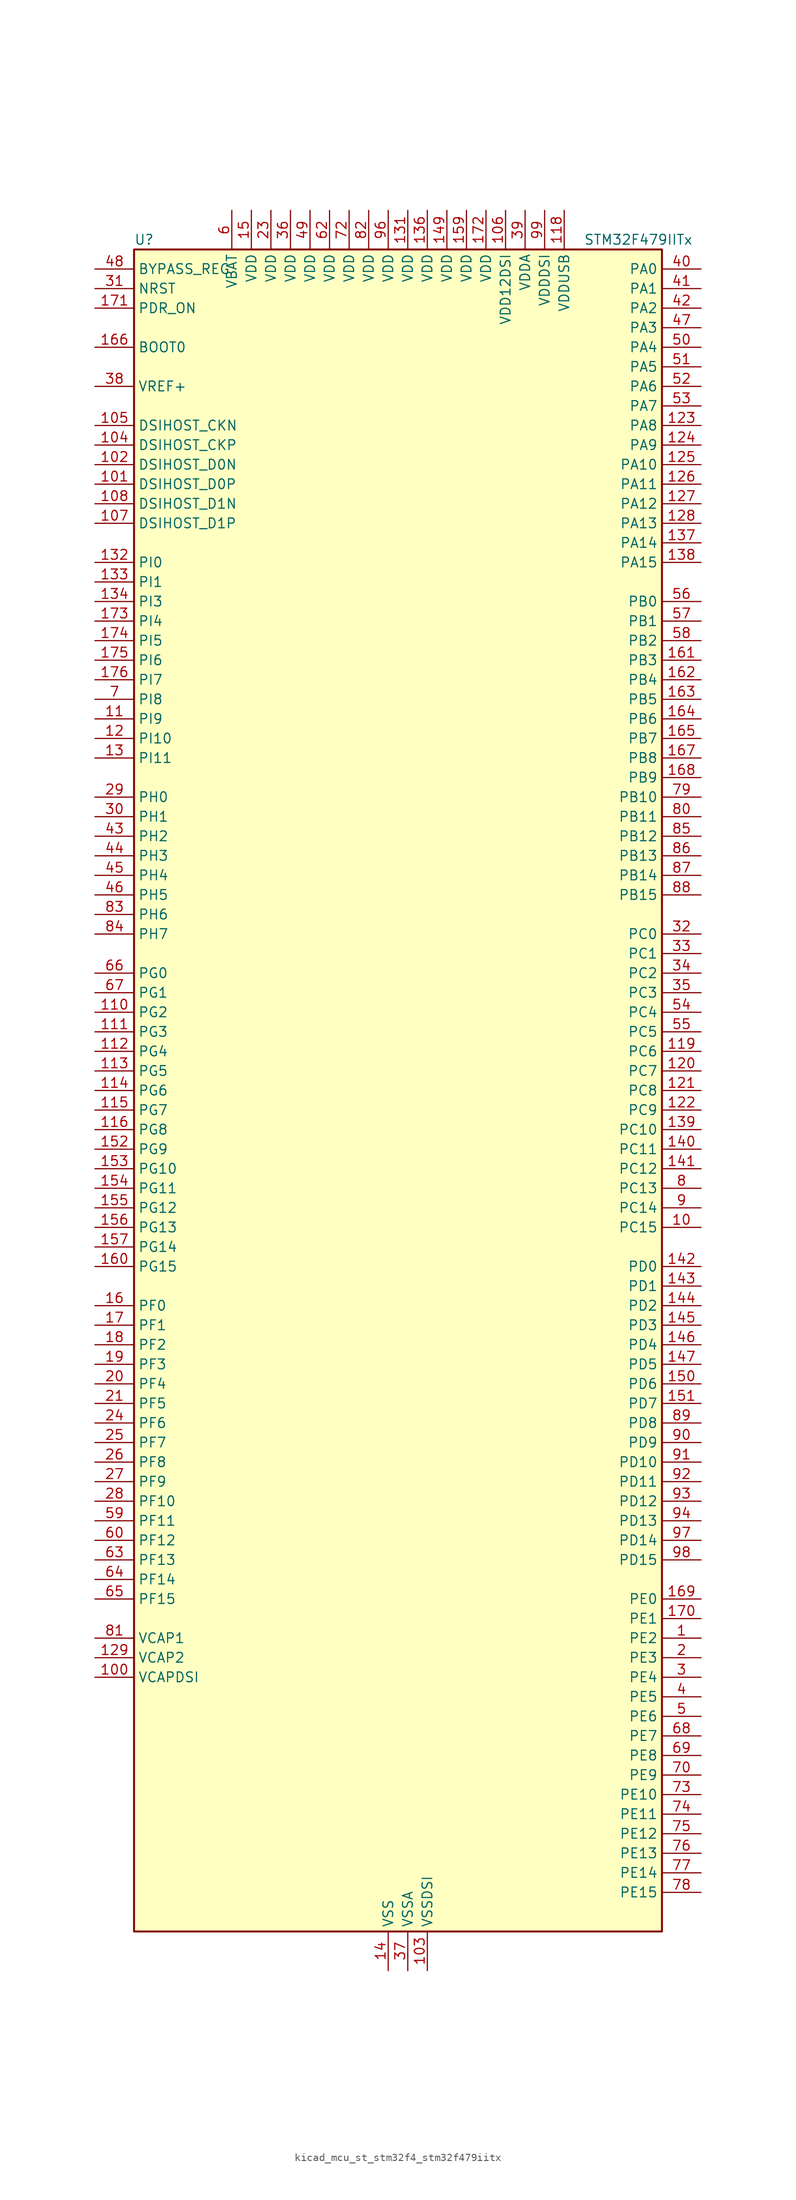
<source format=kicad_sym>
(kicad_symbol_lib
  (version 20220914)
  (generator kicad_symbol_editor)
  (symbol "kicad_mcu_st_stm32f4_stm32f479iitx"
    (property "Reference" "U"
      (at -33.02 110.49 0)
      (effects (font (size 1.27 1.27)) (justify left)))
    (property "Value" "STM32F479IITx"
      (at 25.4 110.49 0)
      (effects (font (size 1.27 1.27)) (justify left)))
    (property "ki_locked" ""
      (at 0 0 0)
      (effects (font (size 1.27 1.27))))
    (symbol "kicad_mcu_st_stm32f4_stm32f479iitx_0_1"
      (rectangle (start -33.02 -109.22) (end 35.56 109.22) (stroke (width 0.254) (type default)) (fill (type background))))
    (symbol "kicad_mcu_st_stm32f4_stm32f479iitx_1_1"
      (pin bidirectional line (at 40.64 -71.12 180) (length 5.08) (name "PE2" (effects (font (size 1.27 1.27)))) (number "1" (effects (font (size 1.27 1.27)))) (alternate "ETH_TXD3" bidirectional line) (alternate "FMC_A23" bidirectional line) (alternate "QUADSPI_BK1_IO2" bidirectional line) (alternate "SAI1_MCLK_A" bidirectional line) (alternate "SPI4_SCK" bidirectional line) (alternate "SYS_TRACECLK" bidirectional line))
      (pin bidirectional line (at 40.64 -17.78 180) (length 5.08) (name "PC15" (effects (font (size 1.27 1.27)))) (number "10" (effects (font (size 1.27 1.27)))) (alternate "ADC1_EXTI15" bidirectional line) (alternate "ADC2_EXTI15" bidirectional line) (alternate "ADC3_EXTI15" bidirectional line) (alternate "RCC_OSC32_OUT" bidirectional line))
      (pin power_out line (at -38.1 -76.2 0) (length 5.08) (name "VCAPDSI" (effects (font (size 1.27 1.27)))) (number "100" (effects (font (size 1.27 1.27)))))
      (pin bidirectional line (at -38.1 78.74 0) (length 5.08) (name "DSIHOST_D0P" (effects (font (size 1.27 1.27)))) (number "101" (effects (font (size 1.27 1.27)))) (alternate "DSIHOST_D0P" bidirectional line))
      (pin bidirectional line (at -38.1 81.28 0) (length 5.08) (name "DSIHOST_D0N" (effects (font (size 1.27 1.27)))) (number "102" (effects (font (size 1.27 1.27)))) (alternate "DSIHOST_D0N" bidirectional line))
      (pin power_in line (at 5.08 -114.3 90) (length 5.08) (name "VSSDSI" (effects (font (size 1.27 1.27)))) (number "103" (effects (font (size 1.27 1.27)))))
      (pin bidirectional line (at -38.1 83.82 0) (length 5.08) (name "DSIHOST_CKP" (effects (font (size 1.27 1.27)))) (number "104" (effects (font (size 1.27 1.27)))) (alternate "DSIHOST_CKP" bidirectional line))
      (pin bidirectional line (at -38.1 86.36 0) (length 5.08) (name "DSIHOST_CKN" (effects (font (size 1.27 1.27)))) (number "105" (effects (font (size 1.27 1.27)))) (alternate "DSIHOST_CKN" bidirectional line))
      (pin power_in line (at 15.24 114.3 270) (length 5.08) (name "VDD12DSI" (effects (font (size 1.27 1.27)))) (number "106" (effects (font (size 1.27 1.27)))))
      (pin bidirectional line (at -38.1 73.66 0) (length 5.08) (name "DSIHOST_D1P" (effects (font (size 1.27 1.27)))) (number "107" (effects (font (size 1.27 1.27)))) (alternate "DSIHOST_D1P" bidirectional line))
      (pin bidirectional line (at -38.1 76.2 0) (length 5.08) (name "DSIHOST_D1N" (effects (font (size 1.27 1.27)))) (number "108" (effects (font (size 1.27 1.27)))) (alternate "DSIHOST_D1N" bidirectional line))
      (pin passive line (at 5.08 -114.3 90) (length 5.08) hide (name "VSSDSI" (effects (font (size 1.27 1.27)))) (number "109" (effects (font (size 1.27 1.27)))))
      (pin bidirectional line (at -38.1 48.26 0) (length 5.08) (name "PI9" (effects (font (size 1.27 1.27)))) (number "11" (effects (font (size 1.27 1.27)))) (alternate "CAN1_RX" bidirectional line) (alternate "DAC_EXTI9" bidirectional line) (alternate "FMC_D30" bidirectional line) (alternate "LTDC_VSYNC" bidirectional line))
      (pin bidirectional line (at -38.1 10.16 0) (length 5.08) (name "PG2" (effects (font (size 1.27 1.27)))) (number "110" (effects (font (size 1.27 1.27)))) (alternate "FMC_A12" bidirectional line))
      (pin bidirectional line (at -38.1 7.62 0) (length 5.08) (name "PG3" (effects (font (size 1.27 1.27)))) (number "111" (effects (font (size 1.27 1.27)))) (alternate "FMC_A13" bidirectional line))
      (pin bidirectional line (at -38.1 5.08 0) (length 5.08) (name "PG4" (effects (font (size 1.27 1.27)))) (number "112" (effects (font (size 1.27 1.27)))) (alternate "FMC_A14" bidirectional line) (alternate "FMC_BA0" bidirectional line))
      (pin bidirectional line (at -38.1 2.54 0) (length 5.08) (name "PG5" (effects (font (size 1.27 1.27)))) (number "113" (effects (font (size 1.27 1.27)))) (alternate "FMC_A15" bidirectional line) (alternate "FMC_BA1" bidirectional line))
      (pin bidirectional line (at -38.1 0 0) (length 5.08) (name "PG6" (effects (font (size 1.27 1.27)))) (number "114" (effects (font (size 1.27 1.27)))) (alternate "DCMI_D12" bidirectional line) (alternate "LTDC_R7" bidirectional line))
      (pin bidirectional line (at -38.1 -2.54 0) (length 5.08) (name "PG7" (effects (font (size 1.27 1.27)))) (number "115" (effects (font (size 1.27 1.27)))) (alternate "DCMI_D13" bidirectional line) (alternate "FMC_INT" bidirectional line) (alternate "LTDC_CLK" bidirectional line) (alternate "SAI1_MCLK_A" bidirectional line) (alternate "USART6_CK" bidirectional line))
      (pin bidirectional line (at -38.1 -5.08 0) (length 5.08) (name "PG8" (effects (font (size 1.27 1.27)))) (number "116" (effects (font (size 1.27 1.27)))) (alternate "ETH_PPS_OUT" bidirectional line) (alternate "FMC_SDCLK" bidirectional line) (alternate "LTDC_G7" bidirectional line) (alternate "SPI6_NSS" bidirectional line) (alternate "USART6_RTS" bidirectional line))
      (pin passive line (at 0 -114.3 90) (length 5.08) hide (name "VSS" (effects (font (size 1.27 1.27)))) (number "117" (effects (font (size 1.27 1.27)))))
      (pin power_in line (at 22.86 114.3 270) (length 5.08) (name "VDDUSB" (effects (font (size 1.27 1.27)))) (number "118" (effects (font (size 1.27 1.27)))))
      (pin bidirectional line (at 40.64 5.08 180) (length 5.08) (name "PC6" (effects (font (size 1.27 1.27)))) (number "119" (effects (font (size 1.27 1.27)))) (alternate "DCMI_D0" bidirectional line) (alternate "I2S2_MCK" bidirectional line) (alternate "LTDC_HSYNC" bidirectional line) (alternate "SDIO_D6" bidirectional line) (alternate "TIM3_CH1" bidirectional line) (alternate "TIM8_CH1" bidirectional line) (alternate "USART6_TX" bidirectional line))
      (pin bidirectional line (at -38.1 45.72 0) (length 5.08) (name "PI10" (effects (font (size 1.27 1.27)))) (number "12" (effects (font (size 1.27 1.27)))) (alternate "ETH_RX_ER" bidirectional line) (alternate "FMC_D31" bidirectional line) (alternate "LTDC_HSYNC" bidirectional line))
      (pin bidirectional line (at 40.64 2.54 180) (length 5.08) (name "PC7" (effects (font (size 1.27 1.27)))) (number "120" (effects (font (size 1.27 1.27)))) (alternate "DCMI_D1" bidirectional line) (alternate "I2S3_MCK" bidirectional line) (alternate "LTDC_G6" bidirectional line) (alternate "SDIO_D7" bidirectional line) (alternate "TIM3_CH2" bidirectional line) (alternate "TIM8_CH2" bidirectional line) (alternate "USART6_RX" bidirectional line))
      (pin bidirectional line (at 40.64 0 180) (length 5.08) (name "PC8" (effects (font (size 1.27 1.27)))) (number "121" (effects (font (size 1.27 1.27)))) (alternate "DCMI_D2" bidirectional line) (alternate "SDIO_D0" bidirectional line) (alternate "SYS_TRACED1" bidirectional line) (alternate "TIM3_CH3" bidirectional line) (alternate "TIM8_CH3" bidirectional line) (alternate "USART6_CK" bidirectional line))
      (pin bidirectional line (at 40.64 -2.54 180) (length 5.08) (name "PC9" (effects (font (size 1.27 1.27)))) (number "122" (effects (font (size 1.27 1.27)))) (alternate "DAC_EXTI9" bidirectional line) (alternate "DCMI_D3" bidirectional line) (alternate "I2C3_SDA" bidirectional line) (alternate "I2S_CKIN" bidirectional line) (alternate "QUADSPI_BK1_IO0" bidirectional line) (alternate "RCC_MCO_2" bidirectional line) (alternate "SDIO_D1" bidirectional line) (alternate "TIM3_CH4" bidirectional line) (alternate "TIM8_CH4" bidirectional line))
      (pin bidirectional line (at 40.64 86.36 180) (length 5.08) (name "PA8" (effects (font (size 1.27 1.27)))) (number "123" (effects (font (size 1.27 1.27)))) (alternate "I2C3_SCL" bidirectional line) (alternate "LTDC_R6" bidirectional line) (alternate "RCC_MCO_1" bidirectional line) (alternate "TIM1_CH1" bidirectional line) (alternate "USART1_CK" bidirectional line) (alternate "USB_OTG_FS_SOF" bidirectional line))
      (pin bidirectional line (at 40.64 83.82 180) (length 5.08) (name "PA9" (effects (font (size 1.27 1.27)))) (number "124" (effects (font (size 1.27 1.27)))) (alternate "DAC_EXTI9" bidirectional line) (alternate "DCMI_D0" bidirectional line) (alternate "I2C3_SMBA" bidirectional line) (alternate "I2S2_CK" bidirectional line) (alternate "SPI2_SCK" bidirectional line) (alternate "TIM1_CH2" bidirectional line) (alternate "USART1_TX" bidirectional line) (alternate "USB_OTG_FS_VBUS" bidirectional line))
      (pin bidirectional line (at 40.64 81.28 180) (length 5.08) (name "PA10" (effects (font (size 1.27 1.27)))) (number "125" (effects (font (size 1.27 1.27)))) (alternate "DCMI_D1" bidirectional line) (alternate "TIM1_CH3" bidirectional line) (alternate "USART1_RX" bidirectional line) (alternate "USB_OTG_FS_ID" bidirectional line))
      (pin bidirectional line (at 40.64 78.74 180) (length 5.08) (name "PA11" (effects (font (size 1.27 1.27)))) (number "126" (effects (font (size 1.27 1.27)))) (alternate "ADC1_EXTI11" bidirectional line) (alternate "ADC2_EXTI11" bidirectional line) (alternate "ADC3_EXTI11" bidirectional line) (alternate "CAN1_RX" bidirectional line) (alternate "LTDC_R4" bidirectional line) (alternate "TIM1_CH4" bidirectional line) (alternate "USART1_CTS" bidirectional line) (alternate "USB_OTG_FS_DM" bidirectional line))
      (pin bidirectional line (at 40.64 76.2 180) (length 5.08) (name "PA12" (effects (font (size 1.27 1.27)))) (number "127" (effects (font (size 1.27 1.27)))) (alternate "CAN1_TX" bidirectional line) (alternate "LTDC_R5" bidirectional line) (alternate "TIM1_ETR" bidirectional line) (alternate "USART1_RTS" bidirectional line) (alternate "USB_OTG_FS_DP" bidirectional line))
      (pin bidirectional line (at 40.64 73.66 180) (length 5.08) (name "PA13" (effects (font (size 1.27 1.27)))) (number "128" (effects (font (size 1.27 1.27)))) (alternate "SYS_JTMS-SWDIO" bidirectional line))
      (pin power_out line (at -38.1 -73.66 0) (length 5.08) (name "VCAP2" (effects (font (size 1.27 1.27)))) (number "129" (effects (font (size 1.27 1.27)))))
      (pin bidirectional line (at -38.1 43.18 0) (length 5.08) (name "PI11" (effects (font (size 1.27 1.27)))) (number "13" (effects (font (size 1.27 1.27)))) (alternate "ADC1_EXTI11" bidirectional line) (alternate "ADC2_EXTI11" bidirectional line) (alternate "ADC3_EXTI11" bidirectional line) (alternate "LTDC_G6" bidirectional line) (alternate "USB_OTG_HS_ULPI_DIR" bidirectional line))
      (pin passive line (at 0 -114.3 90) (length 5.08) hide (name "VSS" (effects (font (size 1.27 1.27)))) (number "130" (effects (font (size 1.27 1.27)))))
      (pin power_in line (at 2.54 114.3 270) (length 5.08) (name "VDD" (effects (font (size 1.27 1.27)))) (number "131" (effects (font (size 1.27 1.27)))))
      (pin bidirectional line (at -38.1 68.58 0) (length 5.08) (name "PI0" (effects (font (size 1.27 1.27)))) (number "132" (effects (font (size 1.27 1.27)))) (alternate "DCMI_D13" bidirectional line) (alternate "FMC_D24" bidirectional line) (alternate "I2S2_WS" bidirectional line) (alternate "LTDC_G5" bidirectional line) (alternate "SPI2_NSS" bidirectional line) (alternate "TIM5_CH4" bidirectional line))
      (pin bidirectional line (at -38.1 66.04 0) (length 5.08) (name "PI1" (effects (font (size 1.27 1.27)))) (number "133" (effects (font (size 1.27 1.27)))) (alternate "DCMI_D8" bidirectional line) (alternate "FMC_D25" bidirectional line) (alternate "I2S2_CK" bidirectional line) (alternate "LTDC_G6" bidirectional line) (alternate "SPI2_SCK" bidirectional line))
      (pin bidirectional line (at -38.1 63.5 0) (length 5.08) (name "PI3" (effects (font (size 1.27 1.27)))) (number "134" (effects (font (size 1.27 1.27)))) (alternate "DCMI_D10" bidirectional line) (alternate "FMC_D27" bidirectional line) (alternate "I2S2_SD" bidirectional line) (alternate "SPI2_MOSI" bidirectional line) (alternate "TIM8_ETR" bidirectional line))
      (pin passive line (at 0 -114.3 90) (length 5.08) hide (name "VSS" (effects (font (size 1.27 1.27)))) (number "135" (effects (font (size 1.27 1.27)))))
      (pin power_in line (at 5.08 114.3 270) (length 5.08) (name "VDD" (effects (font (size 1.27 1.27)))) (number "136" (effects (font (size 1.27 1.27)))))
      (pin bidirectional line (at 40.64 71.12 180) (length 5.08) (name "PA14" (effects (font (size 1.27 1.27)))) (number "137" (effects (font (size 1.27 1.27)))) (alternate "SYS_JTCK-SWCLK" bidirectional line))
      (pin bidirectional line (at 40.64 68.58 180) (length 5.08) (name "PA15" (effects (font (size 1.27 1.27)))) (number "138" (effects (font (size 1.27 1.27)))) (alternate "ADC1_EXTI15" bidirectional line) (alternate "ADC2_EXTI15" bidirectional line) (alternate "ADC3_EXTI15" bidirectional line) (alternate "I2S3_WS" bidirectional line) (alternate "SPI1_NSS" bidirectional line) (alternate "SPI3_NSS" bidirectional line) (alternate "SYS_JTDI" bidirectional line) (alternate "TIM2_CH1" bidirectional line) (alternate "TIM2_ETR" bidirectional line))
      (pin bidirectional line (at 40.64 -5.08 180) (length 5.08) (name "PC10" (effects (font (size 1.27 1.27)))) (number "139" (effects (font (size 1.27 1.27)))) (alternate "DCMI_D8" bidirectional line) (alternate "I2S3_CK" bidirectional line) (alternate "LTDC_R2" bidirectional line) (alternate "QUADSPI_BK1_IO1" bidirectional line) (alternate "SDIO_D2" bidirectional line) (alternate "SPI3_SCK" bidirectional line) (alternate "UART4_TX" bidirectional line) (alternate "USART3_TX" bidirectional line))
      (pin power_in line (at 0 -114.3 90) (length 5.08) (name "VSS" (effects (font (size 1.27 1.27)))) (number "14" (effects (font (size 1.27 1.27)))))
      (pin bidirectional line (at 40.64 -7.62 180) (length 5.08) (name "PC11" (effects (font (size 1.27 1.27)))) (number "140" (effects (font (size 1.27 1.27)))) (alternate "ADC1_EXTI11" bidirectional line) (alternate "ADC2_EXTI11" bidirectional line) (alternate "ADC3_EXTI11" bidirectional line) (alternate "DCMI_D4" bidirectional line) (alternate "I2S3_ext_SD" bidirectional line) (alternate "QUADSPI_BK2_NCS" bidirectional line) (alternate "SDIO_D3" bidirectional line) (alternate "SPI3_MISO" bidirectional line) (alternate "UART4_RX" bidirectional line) (alternate "USART3_RX" bidirectional line))
      (pin bidirectional line (at 40.64 -10.16 180) (length 5.08) (name "PC12" (effects (font (size 1.27 1.27)))) (number "141" (effects (font (size 1.27 1.27)))) (alternate "DCMI_D9" bidirectional line) (alternate "I2S3_SD" bidirectional line) (alternate "SDIO_CK" bidirectional line) (alternate "SPI3_MOSI" bidirectional line) (alternate "SYS_TRACED3" bidirectional line) (alternate "UART5_TX" bidirectional line) (alternate "USART3_CK" bidirectional line))
      (pin bidirectional line (at 40.64 -22.86 180) (length 5.08) (name "PD0" (effects (font (size 1.27 1.27)))) (number "142" (effects (font (size 1.27 1.27)))) (alternate "CAN1_RX" bidirectional line) (alternate "FMC_D2" bidirectional line) (alternate "FMC_DA2" bidirectional line))
      (pin bidirectional line (at 40.64 -25.4 180) (length 5.08) (name "PD1" (effects (font (size 1.27 1.27)))) (number "143" (effects (font (size 1.27 1.27)))) (alternate "CAN1_TX" bidirectional line) (alternate "FMC_D3" bidirectional line) (alternate "FMC_DA3" bidirectional line))
      (pin bidirectional line (at 40.64 -27.94 180) (length 5.08) (name "PD2" (effects (font (size 1.27 1.27)))) (number "144" (effects (font (size 1.27 1.27)))) (alternate "DCMI_D11" bidirectional line) (alternate "SDIO_CMD" bidirectional line) (alternate "SYS_TRACED2" bidirectional line) (alternate "TIM3_ETR" bidirectional line) (alternate "UART5_RX" bidirectional line))
      (pin bidirectional line (at 40.64 -30.48 180) (length 5.08) (name "PD3" (effects (font (size 1.27 1.27)))) (number "145" (effects (font (size 1.27 1.27)))) (alternate "DCMI_D5" bidirectional line) (alternate "FMC_CLK" bidirectional line) (alternate "I2S2_CK" bidirectional line) (alternate "LTDC_G7" bidirectional line) (alternate "SPI2_SCK" bidirectional line) (alternate "USART2_CTS" bidirectional line))
      (pin bidirectional line (at 40.64 -33.02 180) (length 5.08) (name "PD4" (effects (font (size 1.27 1.27)))) (number "146" (effects (font (size 1.27 1.27)))) (alternate "FMC_NOE" bidirectional line) (alternate "USART2_RTS" bidirectional line))
      (pin bidirectional line (at 40.64 -35.56 180) (length 5.08) (name "PD5" (effects (font (size 1.27 1.27)))) (number "147" (effects (font (size 1.27 1.27)))) (alternate "FMC_NWE" bidirectional line) (alternate "USART2_TX" bidirectional line))
      (pin passive line (at 0 -114.3 90) (length 5.08) hide (name "VSS" (effects (font (size 1.27 1.27)))) (number "148" (effects (font (size 1.27 1.27)))))
      (pin power_in line (at 7.62 114.3 270) (length 5.08) (name "VDD" (effects (font (size 1.27 1.27)))) (number "149" (effects (font (size 1.27 1.27)))))
      (pin power_in line (at -17.78 114.3 270) (length 5.08) (name "VDD" (effects (font (size 1.27 1.27)))) (number "15" (effects (font (size 1.27 1.27)))))
      (pin bidirectional line (at 40.64 -38.1 180) (length 5.08) (name "PD6" (effects (font (size 1.27 1.27)))) (number "150" (effects (font (size 1.27 1.27)))) (alternate "DCMI_D10" bidirectional line) (alternate "FMC_NWAIT" bidirectional line) (alternate "I2S3_SD" bidirectional line) (alternate "LTDC_B2" bidirectional line) (alternate "SAI1_SD_A" bidirectional line) (alternate "SPI3_MOSI" bidirectional line) (alternate "USART2_RX" bidirectional line))
      (pin bidirectional line (at 40.64 -40.64 180) (length 5.08) (name "PD7" (effects (font (size 1.27 1.27)))) (number "151" (effects (font (size 1.27 1.27)))) (alternate "FMC_NE1" bidirectional line) (alternate "USART2_CK" bidirectional line))
      (pin bidirectional line (at -38.1 -7.62 0) (length 5.08) (name "PG9" (effects (font (size 1.27 1.27)))) (number "152" (effects (font (size 1.27 1.27)))) (alternate "DAC_EXTI9" bidirectional line) (alternate "DCMI_VSYNC" bidirectional line) (alternate "FMC_NCE" bidirectional line) (alternate "FMC_NE2" bidirectional line) (alternate "QUADSPI_BK2_IO2" bidirectional line) (alternate "USART6_RX" bidirectional line))
      (pin bidirectional line (at -38.1 -10.16 0) (length 5.08) (name "PG10" (effects (font (size 1.27 1.27)))) (number "153" (effects (font (size 1.27 1.27)))) (alternate "DCMI_D2" bidirectional line) (alternate "FMC_NE3" bidirectional line) (alternate "LTDC_B2" bidirectional line) (alternate "LTDC_G3" bidirectional line))
      (pin bidirectional line (at -38.1 -12.7 0) (length 5.08) (name "PG11" (effects (font (size 1.27 1.27)))) (number "154" (effects (font (size 1.27 1.27)))) (alternate "ADC1_EXTI11" bidirectional line) (alternate "ADC2_EXTI11" bidirectional line) (alternate "ADC3_EXTI11" bidirectional line) (alternate "DCMI_D3" bidirectional line) (alternate "ETH_TX_EN" bidirectional line) (alternate "LTDC_B3" bidirectional line))
      (pin bidirectional line (at -38.1 -15.24 0) (length 5.08) (name "PG12" (effects (font (size 1.27 1.27)))) (number "155" (effects (font (size 1.27 1.27)))) (alternate "FMC_NE4" bidirectional line) (alternate "LTDC_B1" bidirectional line) (alternate "LTDC_B4" bidirectional line) (alternate "SPI6_MISO" bidirectional line) (alternate "USART6_RTS" bidirectional line))
      (pin bidirectional line (at -38.1 -17.78 0) (length 5.08) (name "PG13" (effects (font (size 1.27 1.27)))) (number "156" (effects (font (size 1.27 1.27)))) (alternate "ETH_TXD0" bidirectional line) (alternate "FMC_A24" bidirectional line) (alternate "LTDC_R0" bidirectional line) (alternate "SPI6_SCK" bidirectional line) (alternate "SYS_TRACED0" bidirectional line) (alternate "USART6_CTS" bidirectional line))
      (pin bidirectional line (at -38.1 -20.32 0) (length 5.08) (name "PG14" (effects (font (size 1.27 1.27)))) (number "157" (effects (font (size 1.27 1.27)))) (alternate "ETH_TXD1" bidirectional line) (alternate "FMC_A25" bidirectional line) (alternate "LTDC_B0" bidirectional line) (alternate "QUADSPI_BK2_IO3" bidirectional line) (alternate "SPI6_MOSI" bidirectional line) (alternate "SYS_TRACED1" bidirectional line) (alternate "USART6_TX" bidirectional line))
      (pin passive line (at 0 -114.3 90) (length 5.08) hide (name "VSS" (effects (font (size 1.27 1.27)))) (number "158" (effects (font (size 1.27 1.27)))))
      (pin power_in line (at 10.16 114.3 270) (length 5.08) (name "VDD" (effects (font (size 1.27 1.27)))) (number "159" (effects (font (size 1.27 1.27)))))
      (pin bidirectional line (at -38.1 -27.94 0) (length 5.08) (name "PF0" (effects (font (size 1.27 1.27)))) (number "16" (effects (font (size 1.27 1.27)))) (alternate "FMC_A0" bidirectional line) (alternate "I2C2_SDA" bidirectional line))
      (pin bidirectional line (at -38.1 -22.86 0) (length 5.08) (name "PG15" (effects (font (size 1.27 1.27)))) (number "160" (effects (font (size 1.27 1.27)))) (alternate "ADC1_EXTI15" bidirectional line) (alternate "ADC2_EXTI15" bidirectional line) (alternate "ADC3_EXTI15" bidirectional line) (alternate "DCMI_D13" bidirectional line) (alternate "FMC_SDNCAS" bidirectional line) (alternate "USART6_CTS" bidirectional line))
      (pin bidirectional line (at 40.64 55.88 180) (length 5.08) (name "PB3" (effects (font (size 1.27 1.27)))) (number "161" (effects (font (size 1.27 1.27)))) (alternate "I2S3_CK" bidirectional line) (alternate "SPI1_SCK" bidirectional line) (alternate "SPI3_SCK" bidirectional line) (alternate "SYS_JTDO-SWO" bidirectional line) (alternate "TIM2_CH2" bidirectional line))
      (pin bidirectional line (at 40.64 53.34 180) (length 5.08) (name "PB4" (effects (font (size 1.27 1.27)))) (number "162" (effects (font (size 1.27 1.27)))) (alternate "I2S3_ext_SD" bidirectional line) (alternate "SPI1_MISO" bidirectional line) (alternate "SPI3_MISO" bidirectional line) (alternate "SYS_JTRST" bidirectional line) (alternate "TIM3_CH1" bidirectional line))
      (pin bidirectional line (at 40.64 50.8 180) (length 5.08) (name "PB5" (effects (font (size 1.27 1.27)))) (number "163" (effects (font (size 1.27 1.27)))) (alternate "CAN2_RX" bidirectional line) (alternate "DCMI_D10" bidirectional line) (alternate "ETH_PPS_OUT" bidirectional line) (alternate "FMC_SDCKE1" bidirectional line) (alternate "I2C1_SMBA" bidirectional line) (alternate "I2S3_SD" bidirectional line) (alternate "LTDC_G7" bidirectional line) (alternate "SPI1_MOSI" bidirectional line) (alternate "SPI3_MOSI" bidirectional line) (alternate "TIM3_CH2" bidirectional line) (alternate "USB_OTG_HS_ULPI_D7" bidirectional line))
      (pin bidirectional line (at 40.64 48.26 180) (length 5.08) (name "PB6" (effects (font (size 1.27 1.27)))) (number "164" (effects (font (size 1.27 1.27)))) (alternate "CAN2_TX" bidirectional line) (alternate "DCMI_D5" bidirectional line) (alternate "FMC_SDNE1" bidirectional line) (alternate "I2C1_SCL" bidirectional line) (alternate "QUADSPI_BK1_NCS" bidirectional line) (alternate "TIM4_CH1" bidirectional line) (alternate "USART1_TX" bidirectional line))
      (pin bidirectional line (at 40.64 45.72 180) (length 5.08) (name "PB7" (effects (font (size 1.27 1.27)))) (number "165" (effects (font (size 1.27 1.27)))) (alternate "DCMI_VSYNC" bidirectional line) (alternate "FMC_NL" bidirectional line) (alternate "I2C1_SDA" bidirectional line) (alternate "TIM4_CH2" bidirectional line) (alternate "USART1_RX" bidirectional line))
      (pin input line (at -38.1 96.52 0) (length 5.08) (name "BOOT0" (effects (font (size 1.27 1.27)))) (number "166" (effects (font (size 1.27 1.27)))))
      (pin bidirectional line (at 40.64 43.18 180) (length 5.08) (name "PB8" (effects (font (size 1.27 1.27)))) (number "167" (effects (font (size 1.27 1.27)))) (alternate "CAN1_RX" bidirectional line) (alternate "DCMI_D6" bidirectional line) (alternate "ETH_TXD3" bidirectional line) (alternate "I2C1_SCL" bidirectional line) (alternate "LTDC_B6" bidirectional line) (alternate "SDIO_D4" bidirectional line) (alternate "TIM10_CH1" bidirectional line) (alternate "TIM4_CH3" bidirectional line))
      (pin bidirectional line (at 40.64 40.64 180) (length 5.08) (name "PB9" (effects (font (size 1.27 1.27)))) (number "168" (effects (font (size 1.27 1.27)))) (alternate "CAN1_TX" bidirectional line) (alternate "DAC_EXTI9" bidirectional line) (alternate "DCMI_D7" bidirectional line) (alternate "I2C1_SDA" bidirectional line) (alternate "I2S2_WS" bidirectional line) (alternate "LTDC_B7" bidirectional line) (alternate "SDIO_D5" bidirectional line) (alternate "SPI2_NSS" bidirectional line) (alternate "TIM11_CH1" bidirectional line) (alternate "TIM4_CH4" bidirectional line))
      (pin bidirectional line (at 40.64 -66.04 180) (length 5.08) (name "PE0" (effects (font (size 1.27 1.27)))) (number "169" (effects (font (size 1.27 1.27)))) (alternate "DCMI_D2" bidirectional line) (alternate "FMC_NBL0" bidirectional line) (alternate "TIM4_ETR" bidirectional line) (alternate "UART8_RX" bidirectional line))
      (pin bidirectional line (at -38.1 -30.48 0) (length 5.08) (name "PF1" (effects (font (size 1.27 1.27)))) (number "17" (effects (font (size 1.27 1.27)))) (alternate "FMC_A1" bidirectional line) (alternate "I2C2_SCL" bidirectional line))
      (pin bidirectional line (at 40.64 -68.58 180) (length 5.08) (name "PE1" (effects (font (size 1.27 1.27)))) (number "170" (effects (font (size 1.27 1.27)))) (alternate "DCMI_D3" bidirectional line) (alternate "FMC_NBL1" bidirectional line) (alternate "UART8_TX" bidirectional line))
      (pin input line (at -38.1 101.6 0) (length 5.08) (name "PDR_ON" (effects (font (size 1.27 1.27)))) (number "171" (effects (font (size 1.27 1.27)))))
      (pin power_in line (at 12.7 114.3 270) (length 5.08) (name "VDD" (effects (font (size 1.27 1.27)))) (number "172" (effects (font (size 1.27 1.27)))))
      (pin bidirectional line (at -38.1 60.96 0) (length 5.08) (name "PI4" (effects (font (size 1.27 1.27)))) (number "173" (effects (font (size 1.27 1.27)))) (alternate "DCMI_D5" bidirectional line) (alternate "FMC_NBL2" bidirectional line) (alternate "LTDC_B4" bidirectional line) (alternate "TIM8_BKIN" bidirectional line))
      (pin bidirectional line (at -38.1 58.42 0) (length 5.08) (name "PI5" (effects (font (size 1.27 1.27)))) (number "174" (effects (font (size 1.27 1.27)))) (alternate "DCMI_VSYNC" bidirectional line) (alternate "FMC_NBL3" bidirectional line) (alternate "LTDC_B5" bidirectional line) (alternate "TIM8_CH1" bidirectional line))
      (pin bidirectional line (at -38.1 55.88 0) (length 5.08) (name "PI6" (effects (font (size 1.27 1.27)))) (number "175" (effects (font (size 1.27 1.27)))) (alternate "DCMI_D6" bidirectional line) (alternate "FMC_D28" bidirectional line) (alternate "LTDC_B6" bidirectional line) (alternate "TIM8_CH2" bidirectional line))
      (pin bidirectional line (at -38.1 53.34 0) (length 5.08) (name "PI7" (effects (font (size 1.27 1.27)))) (number "176" (effects (font (size 1.27 1.27)))) (alternate "DCMI_D7" bidirectional line) (alternate "FMC_D29" bidirectional line) (alternate "LTDC_B7" bidirectional line) (alternate "TIM8_CH3" bidirectional line))
      (pin bidirectional line (at -38.1 -33.02 0) (length 5.08) (name "PF2" (effects (font (size 1.27 1.27)))) (number "18" (effects (font (size 1.27 1.27)))) (alternate "FMC_A2" bidirectional line) (alternate "I2C2_SMBA" bidirectional line))
      (pin bidirectional line (at -38.1 -35.56 0) (length 5.08) (name "PF3" (effects (font (size 1.27 1.27)))) (number "19" (effects (font (size 1.27 1.27)))) (alternate "ADC3_IN9" bidirectional line) (alternate "FMC_A3" bidirectional line))
      (pin bidirectional line (at 40.64 -73.66 180) (length 5.08) (name "PE3" (effects (font (size 1.27 1.27)))) (number "2" (effects (font (size 1.27 1.27)))) (alternate "FMC_A19" bidirectional line) (alternate "SAI1_SD_B" bidirectional line) (alternate "SYS_TRACED0" bidirectional line))
      (pin bidirectional line (at -38.1 -38.1 0) (length 5.08) (name "PF4" (effects (font (size 1.27 1.27)))) (number "20" (effects (font (size 1.27 1.27)))) (alternate "ADC3_IN14" bidirectional line) (alternate "FMC_A4" bidirectional line))
      (pin bidirectional line (at -38.1 -40.64 0) (length 5.08) (name "PF5" (effects (font (size 1.27 1.27)))) (number "21" (effects (font (size 1.27 1.27)))) (alternate "ADC3_IN15" bidirectional line) (alternate "FMC_A5" bidirectional line))
      (pin passive line (at 0 -114.3 90) (length 5.08) hide (name "VSS" (effects (font (size 1.27 1.27)))) (number "22" (effects (font (size 1.27 1.27)))))
      (pin power_in line (at -15.24 114.3 270) (length 5.08) (name "VDD" (effects (font (size 1.27 1.27)))) (number "23" (effects (font (size 1.27 1.27)))))
      (pin bidirectional line (at -38.1 -43.18 0) (length 5.08) (name "PF6" (effects (font (size 1.27 1.27)))) (number "24" (effects (font (size 1.27 1.27)))) (alternate "ADC3_IN4" bidirectional line) (alternate "QUADSPI_BK1_IO3" bidirectional line) (alternate "SAI1_SD_B" bidirectional line) (alternate "SPI5_NSS" bidirectional line) (alternate "TIM10_CH1" bidirectional line) (alternate "UART7_RX" bidirectional line))
      (pin bidirectional line (at -38.1 -45.72 0) (length 5.08) (name "PF7" (effects (font (size 1.27 1.27)))) (number "25" (effects (font (size 1.27 1.27)))) (alternate "ADC3_IN5" bidirectional line) (alternate "QUADSPI_BK1_IO2" bidirectional line) (alternate "SAI1_MCLK_B" bidirectional line) (alternate "SPI5_SCK" bidirectional line) (alternate "TIM11_CH1" bidirectional line) (alternate "UART7_TX" bidirectional line))
      (pin bidirectional line (at -38.1 -48.26 0) (length 5.08) (name "PF8" (effects (font (size 1.27 1.27)))) (number "26" (effects (font (size 1.27 1.27)))) (alternate "ADC3_IN6" bidirectional line) (alternate "QUADSPI_BK1_IO0" bidirectional line) (alternate "SAI1_SCK_B" bidirectional line) (alternate "SPI5_MISO" bidirectional line) (alternate "TIM13_CH1" bidirectional line))
      (pin bidirectional line (at -38.1 -50.8 0) (length 5.08) (name "PF9" (effects (font (size 1.27 1.27)))) (number "27" (effects (font (size 1.27 1.27)))) (alternate "ADC3_IN7" bidirectional line) (alternate "DAC_EXTI9" bidirectional line) (alternate "QUADSPI_BK1_IO1" bidirectional line) (alternate "SAI1_FS_B" bidirectional line) (alternate "SPI5_MOSI" bidirectional line) (alternate "TIM14_CH1" bidirectional line))
      (pin bidirectional line (at -38.1 -53.34 0) (length 5.08) (name "PF10" (effects (font (size 1.27 1.27)))) (number "28" (effects (font (size 1.27 1.27)))) (alternate "ADC3_IN8" bidirectional line) (alternate "DCMI_D11" bidirectional line) (alternate "LTDC_DE" bidirectional line) (alternate "QUADSPI_CLK" bidirectional line))
      (pin bidirectional line (at -38.1 38.1 0) (length 5.08) (name "PH0" (effects (font (size 1.27 1.27)))) (number "29" (effects (font (size 1.27 1.27)))) (alternate "RCC_OSC_IN" bidirectional line))
      (pin bidirectional line (at 40.64 -76.2 180) (length 5.08) (name "PE4" (effects (font (size 1.27 1.27)))) (number "3" (effects (font (size 1.27 1.27)))) (alternate "DCMI_D4" bidirectional line) (alternate "FMC_A20" bidirectional line) (alternate "LTDC_B0" bidirectional line) (alternate "SAI1_FS_A" bidirectional line) (alternate "SPI4_NSS" bidirectional line) (alternate "SYS_TRACED1" bidirectional line))
      (pin bidirectional line (at -38.1 35.56 0) (length 5.08) (name "PH1" (effects (font (size 1.27 1.27)))) (number "30" (effects (font (size 1.27 1.27)))) (alternate "RCC_OSC_OUT" bidirectional line))
      (pin input line (at -38.1 104.14 0) (length 5.08) (name "NRST" (effects (font (size 1.27 1.27)))) (number "31" (effects (font (size 1.27 1.27)))))
      (pin bidirectional line (at 40.64 20.32 180) (length 5.08) (name "PC0" (effects (font (size 1.27 1.27)))) (number "32" (effects (font (size 1.27 1.27)))) (alternate "ADC1_IN10" bidirectional line) (alternate "ADC2_IN10" bidirectional line) (alternate "ADC3_IN10" bidirectional line) (alternate "FMC_SDNWE" bidirectional line) (alternate "LTDC_R5" bidirectional line) (alternate "USB_OTG_HS_ULPI_STP" bidirectional line))
      (pin bidirectional line (at 40.64 17.78 180) (length 5.08) (name "PC1" (effects (font (size 1.27 1.27)))) (number "33" (effects (font (size 1.27 1.27)))) (alternate "ADC1_IN11" bidirectional line) (alternate "ADC2_IN11" bidirectional line) (alternate "ADC3_IN11" bidirectional line) (alternate "ETH_MDC" bidirectional line) (alternate "I2S2_SD" bidirectional line) (alternate "SAI1_SD_A" bidirectional line) (alternate "SPI2_MOSI" bidirectional line) (alternate "SYS_TRACED0" bidirectional line))
      (pin bidirectional line (at 40.64 15.24 180) (length 5.08) (name "PC2" (effects (font (size 1.27 1.27)))) (number "34" (effects (font (size 1.27 1.27)))) (alternate "ADC1_IN12" bidirectional line) (alternate "ADC2_IN12" bidirectional line) (alternate "ADC3_IN12" bidirectional line) (alternate "ETH_TXD2" bidirectional line) (alternate "FMC_SDNE0" bidirectional line) (alternate "I2S2_ext_SD" bidirectional line) (alternate "SPI2_MISO" bidirectional line) (alternate "USB_OTG_HS_ULPI_DIR" bidirectional line))
      (pin bidirectional line (at 40.64 12.7 180) (length 5.08) (name "PC3" (effects (font (size 1.27 1.27)))) (number "35" (effects (font (size 1.27 1.27)))) (alternate "ADC1_IN13" bidirectional line) (alternate "ADC2_IN13" bidirectional line) (alternate "ADC3_IN13" bidirectional line) (alternate "ETH_TX_CLK" bidirectional line) (alternate "FMC_SDCKE0" bidirectional line) (alternate "I2S2_SD" bidirectional line) (alternate "SPI2_MOSI" bidirectional line) (alternate "USB_OTG_HS_ULPI_NXT" bidirectional line))
      (pin power_in line (at -12.7 114.3 270) (length 5.08) (name "VDD" (effects (font (size 1.27 1.27)))) (number "36" (effects (font (size 1.27 1.27)))))
      (pin power_in line (at 2.54 -114.3 90) (length 5.08) (name "VSSA" (effects (font (size 1.27 1.27)))) (number "37" (effects (font (size 1.27 1.27)))))
      (pin input line (at -38.1 91.44 0) (length 5.08) (name "VREF+" (effects (font (size 1.27 1.27)))) (number "38" (effects (font (size 1.27 1.27)))))
      (pin power_in line (at 17.78 114.3 270) (length 5.08) (name "VDDA" (effects (font (size 1.27 1.27)))) (number "39" (effects (font (size 1.27 1.27)))))
      (pin bidirectional line (at 40.64 -78.74 180) (length 5.08) (name "PE5" (effects (font (size 1.27 1.27)))) (number "4" (effects (font (size 1.27 1.27)))) (alternate "DCMI_D6" bidirectional line) (alternate "FMC_A21" bidirectional line) (alternate "LTDC_G0" bidirectional line) (alternate "SAI1_SCK_A" bidirectional line) (alternate "SPI4_MISO" bidirectional line) (alternate "SYS_TRACED2" bidirectional line) (alternate "TIM9_CH1" bidirectional line))
      (pin bidirectional line (at 40.64 106.68 180) (length 5.08) (name "PA0" (effects (font (size 1.27 1.27)))) (number "40" (effects (font (size 1.27 1.27)))) (alternate "ADC1_IN0" bidirectional line) (alternate "ADC2_IN0" bidirectional line) (alternate "ADC3_IN0" bidirectional line) (alternate "ETH_CRS" bidirectional line) (alternate "SYS_WKUP" bidirectional line) (alternate "TIM2_CH1" bidirectional line) (alternate "TIM2_ETR" bidirectional line) (alternate "TIM5_CH1" bidirectional line) (alternate "TIM8_ETR" bidirectional line) (alternate "UART4_TX" bidirectional line) (alternate "USART2_CTS" bidirectional line))
      (pin bidirectional line (at 40.64 104.14 180) (length 5.08) (name "PA1" (effects (font (size 1.27 1.27)))) (number "41" (effects (font (size 1.27 1.27)))) (alternate "ADC1_IN1" bidirectional line) (alternate "ADC2_IN1" bidirectional line) (alternate "ADC3_IN1" bidirectional line) (alternate "ETH_REF_CLK" bidirectional line) (alternate "ETH_RX_CLK" bidirectional line) (alternate "LTDC_R2" bidirectional line) (alternate "QUADSPI_BK1_IO3" bidirectional line) (alternate "TIM2_CH2" bidirectional line) (alternate "TIM5_CH2" bidirectional line) (alternate "UART4_RX" bidirectional line) (alternate "USART2_RTS" bidirectional line))
      (pin bidirectional line (at 40.64 101.6 180) (length 5.08) (name "PA2" (effects (font (size 1.27 1.27)))) (number "42" (effects (font (size 1.27 1.27)))) (alternate "ADC1_IN2" bidirectional line) (alternate "ADC2_IN2" bidirectional line) (alternate "ADC3_IN2" bidirectional line) (alternate "ETH_MDIO" bidirectional line) (alternate "LTDC_R1" bidirectional line) (alternate "TIM2_CH3" bidirectional line) (alternate "TIM5_CH3" bidirectional line) (alternate "TIM9_CH1" bidirectional line) (alternate "USART2_TX" bidirectional line))
      (pin bidirectional line (at -38.1 33.02 0) (length 5.08) (name "PH2" (effects (font (size 1.27 1.27)))) (number "43" (effects (font (size 1.27 1.27)))) (alternate "ETH_CRS" bidirectional line) (alternate "FMC_SDCKE0" bidirectional line) (alternate "LTDC_R0" bidirectional line) (alternate "QUADSPI_BK2_IO0" bidirectional line))
      (pin bidirectional line (at -38.1 30.48 0) (length 5.08) (name "PH3" (effects (font (size 1.27 1.27)))) (number "44" (effects (font (size 1.27 1.27)))) (alternate "ETH_COL" bidirectional line) (alternate "FMC_SDNE0" bidirectional line) (alternate "LTDC_R1" bidirectional line) (alternate "QUADSPI_BK2_IO1" bidirectional line))
      (pin bidirectional line (at -38.1 27.94 0) (length 5.08) (name "PH4" (effects (font (size 1.27 1.27)))) (number "45" (effects (font (size 1.27 1.27)))) (alternate "I2C2_SCL" bidirectional line) (alternate "LTDC_G4" bidirectional line) (alternate "LTDC_G5" bidirectional line) (alternate "USB_OTG_HS_ULPI_NXT" bidirectional line))
      (pin bidirectional line (at -38.1 25.4 0) (length 5.08) (name "PH5" (effects (font (size 1.27 1.27)))) (number "46" (effects (font (size 1.27 1.27)))) (alternate "FMC_SDNWE" bidirectional line) (alternate "I2C2_SDA" bidirectional line) (alternate "SPI5_NSS" bidirectional line))
      (pin bidirectional line (at 40.64 99.06 180) (length 5.08) (name "PA3" (effects (font (size 1.27 1.27)))) (number "47" (effects (font (size 1.27 1.27)))) (alternate "ADC1_IN3" bidirectional line) (alternate "ADC2_IN3" bidirectional line) (alternate "ADC3_IN3" bidirectional line) (alternate "ETH_COL" bidirectional line) (alternate "LTDC_B2" bidirectional line) (alternate "LTDC_B5" bidirectional line) (alternate "TIM2_CH4" bidirectional line) (alternate "TIM5_CH4" bidirectional line) (alternate "TIM9_CH2" bidirectional line) (alternate "USART2_RX" bidirectional line) (alternate "USB_OTG_HS_ULPI_D0" bidirectional line))
      (pin input line (at -38.1 106.68 0) (length 5.08) (name "BYPASS_REG" (effects (font (size 1.27 1.27)))) (number "48" (effects (font (size 1.27 1.27)))))
      (pin power_in line (at -10.16 114.3 270) (length 5.08) (name "VDD" (effects (font (size 1.27 1.27)))) (number "49" (effects (font (size 1.27 1.27)))))
      (pin bidirectional line (at 40.64 -81.28 180) (length 5.08) (name "PE6" (effects (font (size 1.27 1.27)))) (number "5" (effects (font (size 1.27 1.27)))) (alternate "DCMI_D7" bidirectional line) (alternate "FMC_A22" bidirectional line) (alternate "LTDC_G1" bidirectional line) (alternate "SAI1_SD_A" bidirectional line) (alternate "SPI4_MOSI" bidirectional line) (alternate "SYS_TRACED3" bidirectional line) (alternate "TIM9_CH2" bidirectional line))
      (pin bidirectional line (at 40.64 96.52 180) (length 5.08) (name "PA4" (effects (font (size 1.27 1.27)))) (number "50" (effects (font (size 1.27 1.27)))) (alternate "ADC1_IN4" bidirectional line) (alternate "ADC2_IN4" bidirectional line) (alternate "DAC_OUT1" bidirectional line) (alternate "DCMI_HSYNC" bidirectional line) (alternate "I2S3_WS" bidirectional line) (alternate "LTDC_VSYNC" bidirectional line) (alternate "SPI1_NSS" bidirectional line) (alternate "SPI3_NSS" bidirectional line) (alternate "USART2_CK" bidirectional line) (alternate "USB_OTG_HS_SOF" bidirectional line))
      (pin bidirectional line (at 40.64 93.98 180) (length 5.08) (name "PA5" (effects (font (size 1.27 1.27)))) (number "51" (effects (font (size 1.27 1.27)))) (alternate "ADC1_IN5" bidirectional line) (alternate "ADC2_IN5" bidirectional line) (alternate "DAC_OUT2" bidirectional line) (alternate "LTDC_R4" bidirectional line) (alternate "SPI1_SCK" bidirectional line) (alternate "TIM2_CH1" bidirectional line) (alternate "TIM2_ETR" bidirectional line) (alternate "TIM8_CH1N" bidirectional line) (alternate "USB_OTG_HS_ULPI_CK" bidirectional line))
      (pin bidirectional line (at 40.64 91.44 180) (length 5.08) (name "PA6" (effects (font (size 1.27 1.27)))) (number "52" (effects (font (size 1.27 1.27)))) (alternate "ADC1_IN6" bidirectional line) (alternate "ADC2_IN6" bidirectional line) (alternate "DCMI_PIXCLK" bidirectional line) (alternate "LTDC_G2" bidirectional line) (alternate "SPI1_MISO" bidirectional line) (alternate "TIM13_CH1" bidirectional line) (alternate "TIM1_BKIN" bidirectional line) (alternate "TIM3_CH1" bidirectional line) (alternate "TIM8_BKIN" bidirectional line))
      (pin bidirectional line (at 40.64 88.9 180) (length 5.08) (name "PA7" (effects (font (size 1.27 1.27)))) (number "53" (effects (font (size 1.27 1.27)))) (alternate "ADC1_IN7" bidirectional line) (alternate "ADC2_IN7" bidirectional line) (alternate "ETH_CRS_DV" bidirectional line) (alternate "ETH_RX_DV" bidirectional line) (alternate "FMC_SDNWE" bidirectional line) (alternate "QUADSPI_CLK" bidirectional line) (alternate "SPI1_MOSI" bidirectional line) (alternate "TIM14_CH1" bidirectional line) (alternate "TIM1_CH1N" bidirectional line) (alternate "TIM3_CH2" bidirectional line) (alternate "TIM8_CH1N" bidirectional line))
      (pin bidirectional line (at 40.64 10.16 180) (length 5.08) (name "PC4" (effects (font (size 1.27 1.27)))) (number "54" (effects (font (size 1.27 1.27)))) (alternate "ADC1_IN14" bidirectional line) (alternate "ADC2_IN14" bidirectional line) (alternate "ETH_RXD0" bidirectional line) (alternate "FMC_SDNE0" bidirectional line))
      (pin bidirectional line (at 40.64 7.62 180) (length 5.08) (name "PC5" (effects (font (size 1.27 1.27)))) (number "55" (effects (font (size 1.27 1.27)))) (alternate "ADC1_IN15" bidirectional line) (alternate "ADC2_IN15" bidirectional line) (alternate "ETH_RXD1" bidirectional line) (alternate "FMC_SDCKE0" bidirectional line))
      (pin bidirectional line (at 40.64 63.5 180) (length 5.08) (name "PB0" (effects (font (size 1.27 1.27)))) (number "56" (effects (font (size 1.27 1.27)))) (alternate "ADC1_IN8" bidirectional line) (alternate "ADC2_IN8" bidirectional line) (alternate "ETH_RXD2" bidirectional line) (alternate "LTDC_G1" bidirectional line) (alternate "LTDC_R3" bidirectional line) (alternate "TIM1_CH2N" bidirectional line) (alternate "TIM3_CH3" bidirectional line) (alternate "TIM8_CH2N" bidirectional line) (alternate "USB_OTG_HS_ULPI_D1" bidirectional line))
      (pin bidirectional line (at 40.64 60.96 180) (length 5.08) (name "PB1" (effects (font (size 1.27 1.27)))) (number "57" (effects (font (size 1.27 1.27)))) (alternate "ADC1_IN9" bidirectional line) (alternate "ADC2_IN9" bidirectional line) (alternate "ETH_RXD3" bidirectional line) (alternate "LTDC_G0" bidirectional line) (alternate "LTDC_R6" bidirectional line) (alternate "TIM1_CH3N" bidirectional line) (alternate "TIM3_CH4" bidirectional line) (alternate "TIM8_CH3N" bidirectional line) (alternate "USB_OTG_HS_ULPI_D2" bidirectional line))
      (pin bidirectional line (at 40.64 58.42 180) (length 5.08) (name "PB2" (effects (font (size 1.27 1.27)))) (number "58" (effects (font (size 1.27 1.27)))))
      (pin bidirectional line (at -38.1 -55.88 0) (length 5.08) (name "PF11" (effects (font (size 1.27 1.27)))) (number "59" (effects (font (size 1.27 1.27)))) (alternate "ADC1_EXTI11" bidirectional line) (alternate "ADC2_EXTI11" bidirectional line) (alternate "ADC3_EXTI11" bidirectional line) (alternate "DCMI_D12" bidirectional line) (alternate "FMC_SDNRAS" bidirectional line) (alternate "SPI5_MOSI" bidirectional line))
      (pin power_in line (at -20.32 114.3 270) (length 5.08) (name "VBAT" (effects (font (size 1.27 1.27)))) (number "6" (effects (font (size 1.27 1.27)))))
      (pin bidirectional line (at -38.1 -58.42 0) (length 5.08) (name "PF12" (effects (font (size 1.27 1.27)))) (number "60" (effects (font (size 1.27 1.27)))) (alternate "FMC_A6" bidirectional line))
      (pin passive line (at 0 -114.3 90) (length 5.08) hide (name "VSS" (effects (font (size 1.27 1.27)))) (number "61" (effects (font (size 1.27 1.27)))))
      (pin power_in line (at -7.62 114.3 270) (length 5.08) (name "VDD" (effects (font (size 1.27 1.27)))) (number "62" (effects (font (size 1.27 1.27)))))
      (pin bidirectional line (at -38.1 -60.96 0) (length 5.08) (name "PF13" (effects (font (size 1.27 1.27)))) (number "63" (effects (font (size 1.27 1.27)))) (alternate "FMC_A7" bidirectional line))
      (pin bidirectional line (at -38.1 -63.5 0) (length 5.08) (name "PF14" (effects (font (size 1.27 1.27)))) (number "64" (effects (font (size 1.27 1.27)))) (alternate "FMC_A8" bidirectional line))
      (pin bidirectional line (at -38.1 -66.04 0) (length 5.08) (name "PF15" (effects (font (size 1.27 1.27)))) (number "65" (effects (font (size 1.27 1.27)))) (alternate "ADC1_EXTI15" bidirectional line) (alternate "ADC2_EXTI15" bidirectional line) (alternate "ADC3_EXTI15" bidirectional line) (alternate "FMC_A9" bidirectional line))
      (pin bidirectional line (at -38.1 15.24 0) (length 5.08) (name "PG0" (effects (font (size 1.27 1.27)))) (number "66" (effects (font (size 1.27 1.27)))) (alternate "FMC_A10" bidirectional line))
      (pin bidirectional line (at -38.1 12.7 0) (length 5.08) (name "PG1" (effects (font (size 1.27 1.27)))) (number "67" (effects (font (size 1.27 1.27)))) (alternate "FMC_A11" bidirectional line))
      (pin bidirectional line (at 40.64 -83.82 180) (length 5.08) (name "PE7" (effects (font (size 1.27 1.27)))) (number "68" (effects (font (size 1.27 1.27)))) (alternate "FMC_D4" bidirectional line) (alternate "FMC_DA4" bidirectional line) (alternate "QUADSPI_BK2_IO0" bidirectional line) (alternate "TIM1_ETR" bidirectional line) (alternate "UART7_RX" bidirectional line))
      (pin bidirectional line (at 40.64 -86.36 180) (length 5.08) (name "PE8" (effects (font (size 1.27 1.27)))) (number "69" (effects (font (size 1.27 1.27)))) (alternate "FMC_D5" bidirectional line) (alternate "FMC_DA5" bidirectional line) (alternate "QUADSPI_BK2_IO1" bidirectional line) (alternate "TIM1_CH1N" bidirectional line) (alternate "UART7_TX" bidirectional line))
      (pin bidirectional line (at -38.1 50.8 0) (length 5.08) (name "PI8" (effects (font (size 1.27 1.27)))) (number "7" (effects (font (size 1.27 1.27)))) (alternate "RTC_AF1" bidirectional line) (alternate "RTC_AF2" bidirectional line))
      (pin bidirectional line (at 40.64 -88.9 180) (length 5.08) (name "PE9" (effects (font (size 1.27 1.27)))) (number "70" (effects (font (size 1.27 1.27)))) (alternate "DAC_EXTI9" bidirectional line) (alternate "FMC_D6" bidirectional line) (alternate "FMC_DA6" bidirectional line) (alternate "QUADSPI_BK2_IO2" bidirectional line) (alternate "TIM1_CH1" bidirectional line))
      (pin passive line (at 0 -114.3 90) (length 5.08) hide (name "VSS" (effects (font (size 1.27 1.27)))) (number "71" (effects (font (size 1.27 1.27)))))
      (pin power_in line (at -5.08 114.3 270) (length 5.08) (name "VDD" (effects (font (size 1.27 1.27)))) (number "72" (effects (font (size 1.27 1.27)))))
      (pin bidirectional line (at 40.64 -91.44 180) (length 5.08) (name "PE10" (effects (font (size 1.27 1.27)))) (number "73" (effects (font (size 1.27 1.27)))) (alternate "FMC_D7" bidirectional line) (alternate "FMC_DA7" bidirectional line) (alternate "QUADSPI_BK2_IO3" bidirectional line) (alternate "TIM1_CH2N" bidirectional line))
      (pin bidirectional line (at 40.64 -93.98 180) (length 5.08) (name "PE11" (effects (font (size 1.27 1.27)))) (number "74" (effects (font (size 1.27 1.27)))) (alternate "ADC1_EXTI11" bidirectional line) (alternate "ADC2_EXTI11" bidirectional line) (alternate "ADC3_EXTI11" bidirectional line) (alternate "FMC_D8" bidirectional line) (alternate "FMC_DA8" bidirectional line) (alternate "LTDC_G3" bidirectional line) (alternate "SPI4_NSS" bidirectional line) (alternate "TIM1_CH2" bidirectional line))
      (pin bidirectional line (at 40.64 -96.52 180) (length 5.08) (name "PE12" (effects (font (size 1.27 1.27)))) (number "75" (effects (font (size 1.27 1.27)))) (alternate "FMC_D9" bidirectional line) (alternate "FMC_DA9" bidirectional line) (alternate "LTDC_B4" bidirectional line) (alternate "SPI4_SCK" bidirectional line) (alternate "TIM1_CH3N" bidirectional line))
      (pin bidirectional line (at 40.64 -99.06 180) (length 5.08) (name "PE13" (effects (font (size 1.27 1.27)))) (number "76" (effects (font (size 1.27 1.27)))) (alternate "FMC_D10" bidirectional line) (alternate "FMC_DA10" bidirectional line) (alternate "LTDC_DE" bidirectional line) (alternate "SPI4_MISO" bidirectional line) (alternate "TIM1_CH3" bidirectional line))
      (pin bidirectional line (at 40.64 -101.6 180) (length 5.08) (name "PE14" (effects (font (size 1.27 1.27)))) (number "77" (effects (font (size 1.27 1.27)))) (alternate "FMC_D11" bidirectional line) (alternate "FMC_DA11" bidirectional line) (alternate "LTDC_CLK" bidirectional line) (alternate "SPI4_MOSI" bidirectional line) (alternate "TIM1_CH4" bidirectional line))
      (pin bidirectional line (at 40.64 -104.14 180) (length 5.08) (name "PE15" (effects (font (size 1.27 1.27)))) (number "78" (effects (font (size 1.27 1.27)))) (alternate "ADC1_EXTI15" bidirectional line) (alternate "ADC2_EXTI15" bidirectional line) (alternate "ADC3_EXTI15" bidirectional line) (alternate "FMC_D12" bidirectional line) (alternate "FMC_DA12" bidirectional line) (alternate "LTDC_R7" bidirectional line) (alternate "TIM1_BKIN" bidirectional line))
      (pin bidirectional line (at 40.64 38.1 180) (length 5.08) (name "PB10" (effects (font (size 1.27 1.27)))) (number "79" (effects (font (size 1.27 1.27)))) (alternate "ETH_RX_ER" bidirectional line) (alternate "I2C2_SCL" bidirectional line) (alternate "I2S2_CK" bidirectional line) (alternate "LTDC_G4" bidirectional line) (alternate "QUADSPI_BK1_NCS" bidirectional line) (alternate "SPI2_SCK" bidirectional line) (alternate "TIM2_CH3" bidirectional line) (alternate "USART3_TX" bidirectional line) (alternate "USB_OTG_HS_ULPI_D3" bidirectional line))
      (pin bidirectional line (at 40.64 -12.7 180) (length 5.08) (name "PC13" (effects (font (size 1.27 1.27)))) (number "8" (effects (font (size 1.27 1.27)))) (alternate "RTC_AF1" bidirectional line))
      (pin bidirectional line (at 40.64 35.56 180) (length 5.08) (name "PB11" (effects (font (size 1.27 1.27)))) (number "80" (effects (font (size 1.27 1.27)))) (alternate "ADC1_EXTI11" bidirectional line) (alternate "ADC2_EXTI11" bidirectional line) (alternate "ADC3_EXTI11" bidirectional line) (alternate "DSIHOST_TE" bidirectional line) (alternate "ETH_TX_EN" bidirectional line) (alternate "I2C2_SDA" bidirectional line) (alternate "LTDC_G5" bidirectional line) (alternate "TIM2_CH4" bidirectional line) (alternate "USART3_RX" bidirectional line) (alternate "USB_OTG_HS_ULPI_D4" bidirectional line))
      (pin power_out line (at -38.1 -71.12 0) (length 5.08) (name "VCAP1" (effects (font (size 1.27 1.27)))) (number "81" (effects (font (size 1.27 1.27)))))
      (pin power_in line (at -2.54 114.3 270) (length 5.08) (name "VDD" (effects (font (size 1.27 1.27)))) (number "82" (effects (font (size 1.27 1.27)))))
      (pin bidirectional line (at -38.1 22.86 0) (length 5.08) (name "PH6" (effects (font (size 1.27 1.27)))) (number "83" (effects (font (size 1.27 1.27)))) (alternate "DCMI_D8" bidirectional line) (alternate "ETH_RXD2" bidirectional line) (alternate "FMC_SDNE1" bidirectional line) (alternate "I2C2_SMBA" bidirectional line) (alternate "SPI5_SCK" bidirectional line) (alternate "TIM12_CH1" bidirectional line))
      (pin bidirectional line (at -38.1 20.32 0) (length 5.08) (name "PH7" (effects (font (size 1.27 1.27)))) (number "84" (effects (font (size 1.27 1.27)))) (alternate "DCMI_D9" bidirectional line) (alternate "ETH_RXD3" bidirectional line) (alternate "FMC_SDCKE1" bidirectional line) (alternate "I2C3_SCL" bidirectional line) (alternate "SPI5_MISO" bidirectional line))
      (pin bidirectional line (at 40.64 33.02 180) (length 5.08) (name "PB12" (effects (font (size 1.27 1.27)))) (number "85" (effects (font (size 1.27 1.27)))) (alternate "CAN2_RX" bidirectional line) (alternate "ETH_TXD0" bidirectional line) (alternate "I2C2_SMBA" bidirectional line) (alternate "I2S2_WS" bidirectional line) (alternate "SPI2_NSS" bidirectional line) (alternate "TIM1_BKIN" bidirectional line) (alternate "USART3_CK" bidirectional line) (alternate "USB_OTG_HS_ID" bidirectional line) (alternate "USB_OTG_HS_ULPI_D5" bidirectional line))
      (pin bidirectional line (at 40.64 30.48 180) (length 5.08) (name "PB13" (effects (font (size 1.27 1.27)))) (number "86" (effects (font (size 1.27 1.27)))) (alternate "CAN2_TX" bidirectional line) (alternate "ETH_TXD1" bidirectional line) (alternate "I2S2_CK" bidirectional line) (alternate "SPI2_SCK" bidirectional line) (alternate "TIM1_CH1N" bidirectional line) (alternate "USART3_CTS" bidirectional line) (alternate "USB_OTG_HS_ULPI_D6" bidirectional line) (alternate "USB_OTG_HS_VBUS" bidirectional line))
      (pin bidirectional line (at 40.64 27.94 180) (length 5.08) (name "PB14" (effects (font (size 1.27 1.27)))) (number "87" (effects (font (size 1.27 1.27)))) (alternate "I2S2_ext_SD" bidirectional line) (alternate "SPI2_MISO" bidirectional line) (alternate "TIM12_CH1" bidirectional line) (alternate "TIM1_CH2N" bidirectional line) (alternate "TIM8_CH2N" bidirectional line) (alternate "USART3_RTS" bidirectional line) (alternate "USB_OTG_HS_DM" bidirectional line))
      (pin bidirectional line (at 40.64 25.4 180) (length 5.08) (name "PB15" (effects (font (size 1.27 1.27)))) (number "88" (effects (font (size 1.27 1.27)))) (alternate "ADC1_EXTI15" bidirectional line) (alternate "ADC2_EXTI15" bidirectional line) (alternate "ADC3_EXTI15" bidirectional line) (alternate "I2S2_SD" bidirectional line) (alternate "RTC_REFIN" bidirectional line) (alternate "SPI2_MOSI" bidirectional line) (alternate "TIM12_CH2" bidirectional line) (alternate "TIM1_CH3N" bidirectional line) (alternate "TIM8_CH3N" bidirectional line) (alternate "USB_OTG_HS_DP" bidirectional line))
      (pin bidirectional line (at 40.64 -43.18 180) (length 5.08) (name "PD8" (effects (font (size 1.27 1.27)))) (number "89" (effects (font (size 1.27 1.27)))) (alternate "FMC_D13" bidirectional line) (alternate "FMC_DA13" bidirectional line) (alternate "USART3_TX" bidirectional line))
      (pin bidirectional line (at 40.64 -15.24 180) (length 5.08) (name "PC14" (effects (font (size 1.27 1.27)))) (number "9" (effects (font (size 1.27 1.27)))) (alternate "RCC_OSC32_IN" bidirectional line))
      (pin bidirectional line (at 40.64 -45.72 180) (length 5.08) (name "PD9" (effects (font (size 1.27 1.27)))) (number "90" (effects (font (size 1.27 1.27)))) (alternate "DAC_EXTI9" bidirectional line) (alternate "FMC_D14" bidirectional line) (alternate "FMC_DA14" bidirectional line) (alternate "USART3_RX" bidirectional line))
      (pin bidirectional line (at 40.64 -48.26 180) (length 5.08) (name "PD10" (effects (font (size 1.27 1.27)))) (number "91" (effects (font (size 1.27 1.27)))) (alternate "FMC_D15" bidirectional line) (alternate "FMC_DA15" bidirectional line) (alternate "LTDC_B3" bidirectional line) (alternate "USART3_CK" bidirectional line))
      (pin bidirectional line (at 40.64 -50.8 180) (length 5.08) (name "PD11" (effects (font (size 1.27 1.27)))) (number "92" (effects (font (size 1.27 1.27)))) (alternate "ADC1_EXTI11" bidirectional line) (alternate "ADC2_EXTI11" bidirectional line) (alternate "ADC3_EXTI11" bidirectional line) (alternate "FMC_A16" bidirectional line) (alternate "FMC_CLE" bidirectional line) (alternate "QUADSPI_BK1_IO0" bidirectional line) (alternate "USART3_CTS" bidirectional line))
      (pin bidirectional line (at 40.64 -53.34 180) (length 5.08) (name "PD12" (effects (font (size 1.27 1.27)))) (number "93" (effects (font (size 1.27 1.27)))) (alternate "FMC_A17" bidirectional line) (alternate "FMC_ALE" bidirectional line) (alternate "QUADSPI_BK1_IO1" bidirectional line) (alternate "TIM4_CH1" bidirectional line) (alternate "USART3_RTS" bidirectional line))
      (pin bidirectional line (at 40.64 -55.88 180) (length 5.08) (name "PD13" (effects (font (size 1.27 1.27)))) (number "94" (effects (font (size 1.27 1.27)))) (alternate "FMC_A18" bidirectional line) (alternate "QUADSPI_BK1_IO3" bidirectional line) (alternate "TIM4_CH2" bidirectional line))
      (pin passive line (at 0 -114.3 90) (length 5.08) hide (name "VSS" (effects (font (size 1.27 1.27)))) (number "95" (effects (font (size 1.27 1.27)))))
      (pin power_in line (at 0 114.3 270) (length 5.08) (name "VDD" (effects (font (size 1.27 1.27)))) (number "96" (effects (font (size 1.27 1.27)))))
      (pin bidirectional line (at 40.64 -58.42 180) (length 5.08) (name "PD14" (effects (font (size 1.27 1.27)))) (number "97" (effects (font (size 1.27 1.27)))) (alternate "FMC_D0" bidirectional line) (alternate "FMC_DA0" bidirectional line) (alternate "TIM4_CH3" bidirectional line))
      (pin bidirectional line (at 40.64 -60.96 180) (length 5.08) (name "PD15" (effects (font (size 1.27 1.27)))) (number "98" (effects (font (size 1.27 1.27)))) (alternate "ADC1_EXTI15" bidirectional line) (alternate "ADC2_EXTI15" bidirectional line) (alternate "ADC3_EXTI15" bidirectional line) (alternate "FMC_D1" bidirectional line) (alternate "FMC_DA1" bidirectional line) (alternate "TIM4_CH4" bidirectional line))
      (pin power_in line (at 20.32 114.3 270) (length 5.08) (name "VDDDSI" (effects (font (size 1.27 1.27)))) (number "99" (effects (font (size 1.27 1.27))))))))
</source>
